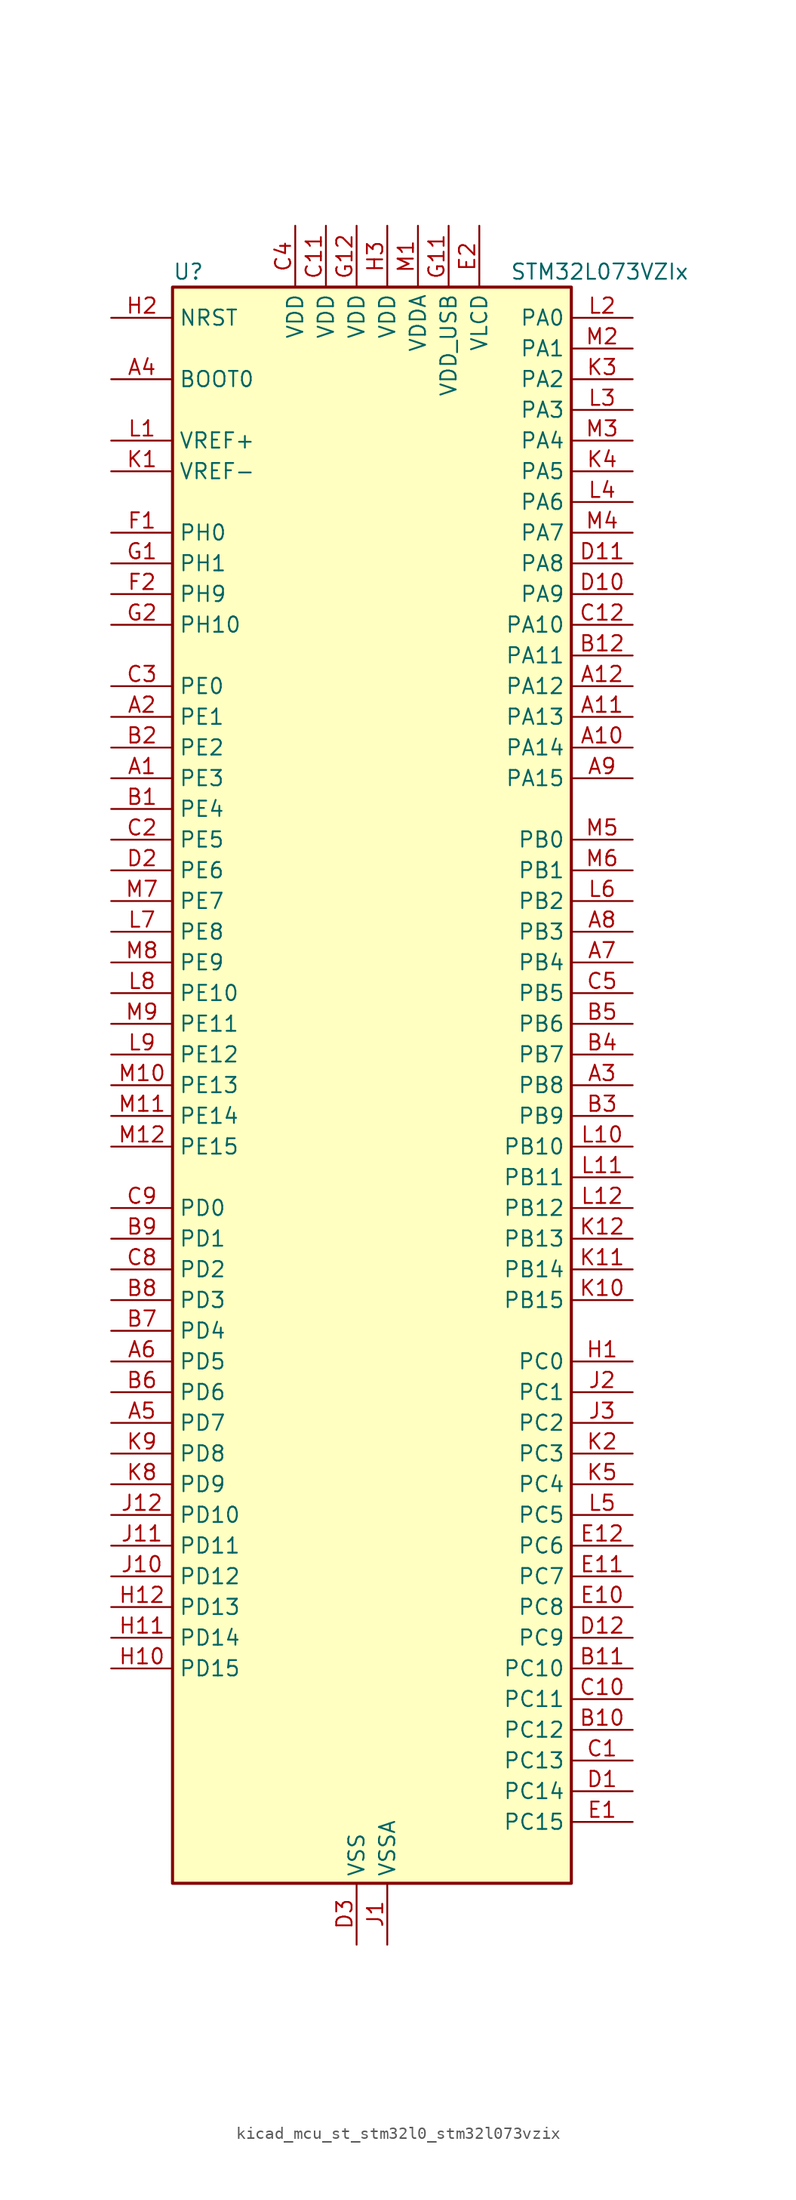
<source format=kicad_sym>
(kicad_symbol_lib
  (version 20220914)
  (generator kicad_symbol_editor)
  (symbol "kicad_mcu_st_stm32l0_stm32l073vzix"
    (property "Reference" "U"
      (at -15.24 67.31 0)
      (effects (font (size 1.27 1.27)) (justify left)))
    (property "Value" "STM32L073VZIx"
      (at 12.7 67.31 0)
      (effects (font (size 1.27 1.27)) (justify left)))
    (property "ki_locked" ""
      (at 0 0 0)
      (effects (font (size 1.27 1.27))))
    (symbol "kicad_mcu_st_stm32l0_stm32l073vzix_0_1"
      (rectangle (start -15.24 -66.04) (end 17.78 66.04) (stroke (width 0.254) (type default)) (fill (type background))))
    (symbol "kicad_mcu_st_stm32l0_stm32l073vzix_1_1"
      (pin bidirectional line (at -20.32 25.4 0) (length 5.08) (name "PE3" (effects (font (size 1.27 1.27)))) (number "A1" (effects (font (size 1.27 1.27)))) (alternate "LCD_SEG39" bidirectional line) (alternate "TIM22_CH1" bidirectional line) (alternate "TIM3_CH1" bidirectional line))
      (pin bidirectional line (at 22.86 27.94 180) (length 5.08) (name "PA14" (effects (font (size 1.27 1.27)))) (number "A10" (effects (font (size 1.27 1.27)))) (alternate "LPUART1_TX" bidirectional line) (alternate "SYS_SWCLK" bidirectional line) (alternate "USART2_TX" bidirectional line))
      (pin bidirectional line (at 22.86 30.48 180) (length 5.08) (name "PA13" (effects (font (size 1.27 1.27)))) (number "A11" (effects (font (size 1.27 1.27)))) (alternate "LPUART1_RX" bidirectional line) (alternate "SYS_SWDIO" bidirectional line) (alternate "USB_NOE" bidirectional line))
      (pin bidirectional line (at 22.86 33.02 180) (length 5.08) (name "PA12" (effects (font (size 1.27 1.27)))) (number "A12" (effects (font (size 1.27 1.27)))) (alternate "COMP2_OUT" bidirectional line) (alternate "SPI1_MOSI" bidirectional line) (alternate "TSC_G4_IO4" bidirectional line) (alternate "USART1_DE" bidirectional line) (alternate "USART1_RTS" bidirectional line) (alternate "USB_DP" bidirectional line))
      (pin bidirectional line (at -20.32 30.48 0) (length 5.08) (name "PE1" (effects (font (size 1.27 1.27)))) (number "A2" (effects (font (size 1.27 1.27)))) (alternate "LCD_SEG37" bidirectional line))
      (pin bidirectional line (at 22.86 0 180) (length 5.08) (name "PB8" (effects (font (size 1.27 1.27)))) (number "A3" (effects (font (size 1.27 1.27)))) (alternate "I2C1_SCL" bidirectional line) (alternate "LCD_SEG16" bidirectional line) (alternate "TSC_SYNC" bidirectional line))
      (pin input line (at -20.32 58.42 0) (length 5.08) (name "BOOT0" (effects (font (size 1.27 1.27)))) (number "A4" (effects (font (size 1.27 1.27)))))
      (pin bidirectional line (at -20.32 -27.94 0) (length 5.08) (name "PD7" (effects (font (size 1.27 1.27)))) (number "A5" (effects (font (size 1.27 1.27)))) (alternate "TIM21_CH2" bidirectional line) (alternate "USART2_CK" bidirectional line))
      (pin bidirectional line (at -20.32 -22.86 0) (length 5.08) (name "PD5" (effects (font (size 1.27 1.27)))) (number "A6" (effects (font (size 1.27 1.27)))) (alternate "USART2_TX" bidirectional line))
      (pin bidirectional line (at 22.86 10.16 180) (length 5.08) (name "PB4" (effects (font (size 1.27 1.27)))) (number "A7" (effects (font (size 1.27 1.27)))) (alternate "COMP2_INP" bidirectional line) (alternate "I2C3_SDA" bidirectional line) (alternate "LCD_SEG8" bidirectional line) (alternate "SPI1_MISO" bidirectional line) (alternate "TIM22_CH1" bidirectional line) (alternate "TIM3_CH1" bidirectional line) (alternate "TSC_G5_IO2" bidirectional line) (alternate "USART1_CTS" bidirectional line) (alternate "USART5_RX" bidirectional line))
      (pin bidirectional line (at 22.86 12.7 180) (length 5.08) (name "PB3" (effects (font (size 1.27 1.27)))) (number "A8" (effects (font (size 1.27 1.27)))) (alternate "COMP2_INM" bidirectional line) (alternate "LCD_SEG7" bidirectional line) (alternate "SPI1_SCK" bidirectional line) (alternate "TIM2_CH2" bidirectional line) (alternate "TSC_G5_IO1" bidirectional line) (alternate "USART1_DE" bidirectional line) (alternate "USART1_RTS" bidirectional line) (alternate "USART5_TX" bidirectional line))
      (pin bidirectional line (at 22.86 25.4 180) (length 5.08) (name "PA15" (effects (font (size 1.27 1.27)))) (number "A9" (effects (font (size 1.27 1.27)))) (alternate "LCD_SEG17" bidirectional line) (alternate "SPI1_NSS" bidirectional line) (alternate "TIM2_CH1" bidirectional line) (alternate "TIM2_ETR" bidirectional line) (alternate "USART2_RX" bidirectional line) (alternate "USART4_DE" bidirectional line) (alternate "USART4_RTS" bidirectional line))
      (pin bidirectional line (at -20.32 22.86 0) (length 5.08) (name "PE4" (effects (font (size 1.27 1.27)))) (number "B1" (effects (font (size 1.27 1.27)))) (alternate "TIM22_CH2" bidirectional line) (alternate "TIM3_CH2" bidirectional line))
      (pin bidirectional line (at 22.86 -53.34 180) (length 5.08) (name "PC12" (effects (font (size 1.27 1.27)))) (number "B10" (effects (font (size 1.27 1.27)))) (alternate "LCD_COM6" bidirectional line) (alternate "LCD_SEG30" bidirectional line) (alternate "LCD_SEG50" bidirectional line) (alternate "USART4_CK" bidirectional line) (alternate "USART5_TX" bidirectional line))
      (pin bidirectional line (at 22.86 -48.26 180) (length 5.08) (name "PC10" (effects (font (size 1.27 1.27)))) (number "B11" (effects (font (size 1.27 1.27)))) (alternate "LCD_COM4" bidirectional line) (alternate "LCD_SEG28" bidirectional line) (alternate "LCD_SEG48" bidirectional line) (alternate "LPUART1_TX" bidirectional line) (alternate "USART4_TX" bidirectional line))
      (pin bidirectional line (at 22.86 35.56 180) (length 5.08) (name "PA11" (effects (font (size 1.27 1.27)))) (number "B12" (effects (font (size 1.27 1.27)))) (alternate "ADC_EXTI11" bidirectional line) (alternate "COMP1_OUT" bidirectional line) (alternate "SPI1_MISO" bidirectional line) (alternate "TSC_G4_IO3" bidirectional line) (alternate "USART1_CTS" bidirectional line) (alternate "USB_DM" bidirectional line))
      (pin bidirectional line (at -20.32 27.94 0) (length 5.08) (name "PE2" (effects (font (size 1.27 1.27)))) (number "B2" (effects (font (size 1.27 1.27)))) (alternate "LCD_SEG38" bidirectional line) (alternate "TIM3_ETR" bidirectional line))
      (pin bidirectional line (at 22.86 -2.54 180) (length 5.08) (name "PB9" (effects (font (size 1.27 1.27)))) (number "B3" (effects (font (size 1.27 1.27)))) (alternate "DAC_EXTI9" bidirectional line) (alternate "I2C1_SDA" bidirectional line) (alternate "I2S2_WS" bidirectional line) (alternate "LCD_COM3" bidirectional line) (alternate "SPI2_NSS" bidirectional line))
      (pin bidirectional line (at 22.86 2.54 180) (length 5.08) (name "PB7" (effects (font (size 1.27 1.27)))) (number "B4" (effects (font (size 1.27 1.27)))) (alternate "COMP2_INP" bidirectional line) (alternate "I2C1_SDA" bidirectional line) (alternate "LPTIM1_IN2" bidirectional line) (alternate "SYS_PVD_IN" bidirectional line) (alternate "TSC_G5_IO4" bidirectional line) (alternate "USART1_RX" bidirectional line) (alternate "USART4_CTS" bidirectional line))
      (pin bidirectional line (at 22.86 5.08 180) (length 5.08) (name "PB6" (effects (font (size 1.27 1.27)))) (number "B5" (effects (font (size 1.27 1.27)))) (alternate "COMP2_INP" bidirectional line) (alternate "I2C1_SCL" bidirectional line) (alternate "LPTIM1_ETR" bidirectional line) (alternate "TSC_G5_IO3" bidirectional line) (alternate "USART1_TX" bidirectional line))
      (pin bidirectional line (at -20.32 -25.4 0) (length 5.08) (name "PD6" (effects (font (size 1.27 1.27)))) (number "B6" (effects (font (size 1.27 1.27)))) (alternate "USART2_RX" bidirectional line))
      (pin bidirectional line (at -20.32 -20.32 0) (length 5.08) (name "PD4" (effects (font (size 1.27 1.27)))) (number "B7" (effects (font (size 1.27 1.27)))) (alternate "I2S2_SD" bidirectional line) (alternate "SPI2_MOSI" bidirectional line) (alternate "USART2_DE" bidirectional line) (alternate "USART2_RTS" bidirectional line))
      (pin bidirectional line (at -20.32 -17.78 0) (length 5.08) (name "PD3" (effects (font (size 1.27 1.27)))) (number "B8" (effects (font (size 1.27 1.27)))) (alternate "I2S2_MCK" bidirectional line) (alternate "LCD_SEG44" bidirectional line) (alternate "SPI2_MISO" bidirectional line) (alternate "USART2_CTS" bidirectional line))
      (pin bidirectional line (at -20.32 -12.7 0) (length 5.08) (name "PD1" (effects (font (size 1.27 1.27)))) (number "B9" (effects (font (size 1.27 1.27)))) (alternate "I2S2_CK" bidirectional line) (alternate "SPI2_SCK" bidirectional line))
      (pin bidirectional line (at 22.86 -55.88 180) (length 5.08) (name "PC13" (effects (font (size 1.27 1.27)))) (number "C1" (effects (font (size 1.27 1.27)))) (alternate "RTC_OUT_ALARM" bidirectional line) (alternate "RTC_OUT_CALIB" bidirectional line) (alternate "RTC_TAMP1" bidirectional line) (alternate "RTC_TS" bidirectional line) (alternate "SYS_WKUP2" bidirectional line))
      (pin bidirectional line (at 22.86 -50.8 180) (length 5.08) (name "PC11" (effects (font (size 1.27 1.27)))) (number "C10" (effects (font (size 1.27 1.27)))) (alternate "ADC_EXTI11" bidirectional line) (alternate "LCD_COM5" bidirectional line) (alternate "LCD_SEG29" bidirectional line) (alternate "LCD_SEG49" bidirectional line) (alternate "LPUART1_RX" bidirectional line) (alternate "USART4_RX" bidirectional line))
      (pin power_in line (at -2.54 71.12 270) (length 5.08) (name "VDD" (effects (font (size 1.27 1.27)))) (number "C11" (effects (font (size 1.27 1.27)))))
      (pin bidirectional line (at 22.86 38.1 180) (length 5.08) (name "PA10" (effects (font (size 1.27 1.27)))) (number "C12" (effects (font (size 1.27 1.27)))) (alternate "I2C1_SDA" bidirectional line) (alternate "LCD_COM2" bidirectional line) (alternate "TSC_G4_IO2" bidirectional line) (alternate "USART1_RX" bidirectional line))
      (pin bidirectional line (at -20.32 20.32 0) (length 5.08) (name "PE5" (effects (font (size 1.27 1.27)))) (number "C2" (effects (font (size 1.27 1.27)))) (alternate "TIM21_CH1" bidirectional line) (alternate "TIM3_CH3" bidirectional line))
      (pin bidirectional line (at -20.32 33.02 0) (length 5.08) (name "PE0" (effects (font (size 1.27 1.27)))) (number "C3" (effects (font (size 1.27 1.27)))) (alternate "LCD_SEG36" bidirectional line))
      (pin power_in line (at -5.08 71.12 270) (length 5.08) (name "VDD" (effects (font (size 1.27 1.27)))) (number "C4" (effects (font (size 1.27 1.27)))))
      (pin bidirectional line (at 22.86 7.62 180) (length 5.08) (name "PB5" (effects (font (size 1.27 1.27)))) (number "C5" (effects (font (size 1.27 1.27)))) (alternate "COMP2_INP" bidirectional line) (alternate "I2C1_SMBA" bidirectional line) (alternate "LCD_SEG9" bidirectional line) (alternate "LPTIM1_IN1" bidirectional line) (alternate "SPI1_MOSI" bidirectional line) (alternate "TIM22_CH2" bidirectional line) (alternate "TIM3_CH2" bidirectional line) (alternate "USART1_CK" bidirectional line) (alternate "USART5_CK" bidirectional line) (alternate "USART5_DE" bidirectional line) (alternate "USART5_RTS" bidirectional line))
      (pin bidirectional line (at -20.32 -15.24 0) (length 5.08) (name "PD2" (effects (font (size 1.27 1.27)))) (number "C8" (effects (font (size 1.27 1.27)))) (alternate "LCD_COM7" bidirectional line) (alternate "LCD_SEG31" bidirectional line) (alternate "LCD_SEG51" bidirectional line) (alternate "LPUART1_DE" bidirectional line) (alternate "LPUART1_RTS" bidirectional line) (alternate "TIM3_ETR" bidirectional line) (alternate "USART5_RX" bidirectional line))
      (pin bidirectional line (at -20.32 -10.16 0) (length 5.08) (name "PD0" (effects (font (size 1.27 1.27)))) (number "C9" (effects (font (size 1.27 1.27)))) (alternate "I2S2_WS" bidirectional line) (alternate "SPI2_NSS" bidirectional line) (alternate "TIM21_CH1" bidirectional line))
      (pin bidirectional line (at 22.86 -58.42 180) (length 5.08) (name "PC14" (effects (font (size 1.27 1.27)))) (number "D1" (effects (font (size 1.27 1.27)))) (alternate "RCC_OSC32_IN" bidirectional line))
      (pin bidirectional line (at 22.86 40.64 180) (length 5.08) (name "PA9" (effects (font (size 1.27 1.27)))) (number "D10" (effects (font (size 1.27 1.27)))) (alternate "DAC_EXTI9" bidirectional line) (alternate "I2C1_SCL" bidirectional line) (alternate "I2C3_SMBA" bidirectional line) (alternate "LCD_COM1" bidirectional line) (alternate "RCC_MCO" bidirectional line) (alternate "TSC_G4_IO1" bidirectional line) (alternate "USART1_TX" bidirectional line))
      (pin bidirectional line (at 22.86 43.18 180) (length 5.08) (name "PA8" (effects (font (size 1.27 1.27)))) (number "D11" (effects (font (size 1.27 1.27)))) (alternate "CRS_SYNC" bidirectional line) (alternate "I2C3_SCL" bidirectional line) (alternate "LCD_COM0" bidirectional line) (alternate "RCC_MCO" bidirectional line) (alternate "USART1_CK" bidirectional line))
      (pin bidirectional line (at 22.86 -45.72 180) (length 5.08) (name "PC9" (effects (font (size 1.27 1.27)))) (number "D12" (effects (font (size 1.27 1.27)))) (alternate "DAC_EXTI9" bidirectional line) (alternate "I2C3_SDA" bidirectional line) (alternate "LCD_SEG27" bidirectional line) (alternate "TIM21_ETR" bidirectional line) (alternate "TIM3_CH4" bidirectional line) (alternate "TSC_G8_IO4" bidirectional line) (alternate "USB_NOE" bidirectional line))
      (pin bidirectional line (at -20.32 17.78 0) (length 5.08) (name "PE6" (effects (font (size 1.27 1.27)))) (number "D2" (effects (font (size 1.27 1.27)))) (alternate "RTC_TAMP3" bidirectional line) (alternate "SYS_WKUP3" bidirectional line) (alternate "TIM21_CH2" bidirectional line) (alternate "TIM3_CH4" bidirectional line))
      (pin power_in line (at 0 -71.12 90) (length 5.08) (name "VSS" (effects (font (size 1.27 1.27)))) (number "D3" (effects (font (size 1.27 1.27)))))
      (pin bidirectional line (at 22.86 -60.96 180) (length 5.08) (name "PC15" (effects (font (size 1.27 1.27)))) (number "E1" (effects (font (size 1.27 1.27)))) (alternate "RCC_OSC32_OUT" bidirectional line))
      (pin bidirectional line (at 22.86 -43.18 180) (length 5.08) (name "PC8" (effects (font (size 1.27 1.27)))) (number "E10" (effects (font (size 1.27 1.27)))) (alternate "LCD_SEG26" bidirectional line) (alternate "TIM22_ETR" bidirectional line) (alternate "TIM3_CH3" bidirectional line) (alternate "TSC_G8_IO3" bidirectional line))
      (pin bidirectional line (at 22.86 -40.64 180) (length 5.08) (name "PC7" (effects (font (size 1.27 1.27)))) (number "E11" (effects (font (size 1.27 1.27)))) (alternate "LCD_SEG25" bidirectional line) (alternate "TIM22_CH2" bidirectional line) (alternate "TIM3_CH2" bidirectional line) (alternate "TSC_G8_IO2" bidirectional line))
      (pin bidirectional line (at 22.86 -38.1 180) (length 5.08) (name "PC6" (effects (font (size 1.27 1.27)))) (number "E12" (effects (font (size 1.27 1.27)))) (alternate "LCD_SEG24" bidirectional line) (alternate "TIM22_CH1" bidirectional line) (alternate "TIM3_CH1" bidirectional line) (alternate "TSC_G8_IO1" bidirectional line))
      (pin power_in line (at 10.16 71.12 270) (length 5.08) (name "VLCD" (effects (font (size 1.27 1.27)))) (number "E2" (effects (font (size 1.27 1.27)))))
      (pin passive line (at 0 -71.12 90) (length 5.08) hide (name "VSS" (effects (font (size 1.27 1.27)))) (number "E3" (effects (font (size 1.27 1.27)))))
      (pin bidirectional line (at -20.32 45.72 0) (length 5.08) (name "PH0" (effects (font (size 1.27 1.27)))) (number "F1" (effects (font (size 1.27 1.27)))) (alternate "CRS_SYNC" bidirectional line) (alternate "RCC_OSC_IN" bidirectional line))
      (pin passive line (at 0 -71.12 90) (length 5.08) hide (name "VSS" (effects (font (size 1.27 1.27)))) (number "F11" (effects (font (size 1.27 1.27)))))
      (pin passive line (at 0 -71.12 90) (length 5.08) hide (name "VSS" (effects (font (size 1.27 1.27)))) (number "F12" (effects (font (size 1.27 1.27)))))
      (pin bidirectional line (at -20.32 40.64 0) (length 5.08) (name "PH9" (effects (font (size 1.27 1.27)))) (number "F2" (effects (font (size 1.27 1.27)))) (alternate "DAC_EXTI9" bidirectional line))
      (pin bidirectional line (at -20.32 43.18 0) (length 5.08) (name "PH1" (effects (font (size 1.27 1.27)))) (number "G1" (effects (font (size 1.27 1.27)))) (alternate "RCC_OSC_OUT" bidirectional line))
      (pin power_in line (at 7.62 71.12 270) (length 5.08) (name "VDD_USB" (effects (font (size 1.27 1.27)))) (number "G11" (effects (font (size 1.27 1.27)))))
      (pin power_in line (at 0 71.12 270) (length 5.08) (name "VDD" (effects (font (size 1.27 1.27)))) (number "G12" (effects (font (size 1.27 1.27)))))
      (pin bidirectional line (at -20.32 38.1 0) (length 5.08) (name "PH10" (effects (font (size 1.27 1.27)))) (number "G2" (effects (font (size 1.27 1.27)))))
      (pin bidirectional line (at 22.86 -22.86 180) (length 5.08) (name "PC0" (effects (font (size 1.27 1.27)))) (number "H1" (effects (font (size 1.27 1.27)))) (alternate "ADC_IN10" bidirectional line) (alternate "I2C3_SCL" bidirectional line) (alternate "LCD_SEG18" bidirectional line) (alternate "LPTIM1_IN1" bidirectional line) (alternate "LPUART1_RX" bidirectional line) (alternate "TSC_G7_IO1" bidirectional line))
      (pin bidirectional line (at -20.32 -48.26 0) (length 5.08) (name "PD15" (effects (font (size 1.27 1.27)))) (number "H10" (effects (font (size 1.27 1.27)))) (alternate "CRS_SYNC" bidirectional line) (alternate "LCD_SEG35" bidirectional line))
      (pin bidirectional line (at -20.32 -45.72 0) (length 5.08) (name "PD14" (effects (font (size 1.27 1.27)))) (number "H11" (effects (font (size 1.27 1.27)))) (alternate "LCD_SEG34" bidirectional line))
      (pin bidirectional line (at -20.32 -43.18 0) (length 5.08) (name "PD13" (effects (font (size 1.27 1.27)))) (number "H12" (effects (font (size 1.27 1.27)))) (alternate "LCD_SEG33" bidirectional line))
      (pin input line (at -20.32 63.5 0) (length 5.08) (name "NRST" (effects (font (size 1.27 1.27)))) (number "H2" (effects (font (size 1.27 1.27)))))
      (pin power_in line (at 2.54 71.12 270) (length 5.08) (name "VDD" (effects (font (size 1.27 1.27)))) (number "H3" (effects (font (size 1.27 1.27)))))
      (pin power_in line (at 2.54 -71.12 90) (length 5.08) (name "VSSA" (effects (font (size 1.27 1.27)))) (number "J1" (effects (font (size 1.27 1.27)))))
      (pin bidirectional line (at -20.32 -40.64 0) (length 5.08) (name "PD12" (effects (font (size 1.27 1.27)))) (number "J10" (effects (font (size 1.27 1.27)))) (alternate "LCD_SEG32" bidirectional line) (alternate "LPUART1_DE" bidirectional line) (alternate "LPUART1_RTS" bidirectional line))
      (pin bidirectional line (at -20.32 -38.1 0) (length 5.08) (name "PD11" (effects (font (size 1.27 1.27)))) (number "J11" (effects (font (size 1.27 1.27)))) (alternate "ADC_EXTI11" bidirectional line) (alternate "LCD_SEG31" bidirectional line) (alternate "LPUART1_CTS" bidirectional line))
      (pin bidirectional line (at -20.32 -35.56 0) (length 5.08) (name "PD10" (effects (font (size 1.27 1.27)))) (number "J12" (effects (font (size 1.27 1.27)))) (alternate "LCD_SEG30" bidirectional line))
      (pin bidirectional line (at 22.86 -25.4 180) (length 5.08) (name "PC1" (effects (font (size 1.27 1.27)))) (number "J2" (effects (font (size 1.27 1.27)))) (alternate "ADC_IN11" bidirectional line) (alternate "I2C3_SDA" bidirectional line) (alternate "LCD_SEG19" bidirectional line) (alternate "LPTIM1_OUT" bidirectional line) (alternate "LPUART1_TX" bidirectional line) (alternate "TSC_G7_IO2" bidirectional line))
      (pin bidirectional line (at 22.86 -27.94 180) (length 5.08) (name "PC2" (effects (font (size 1.27 1.27)))) (number "J3" (effects (font (size 1.27 1.27)))) (alternate "ADC_IN12" bidirectional line) (alternate "I2S2_MCK" bidirectional line) (alternate "LCD_SEG20" bidirectional line) (alternate "LPTIM1_IN2" bidirectional line) (alternate "SPI2_MISO" bidirectional line) (alternate "TSC_G7_IO3" bidirectional line))
      (pin input line (at -20.32 50.8 0) (length 5.08) (name "VREF-" (effects (font (size 1.27 1.27)))) (number "K1" (effects (font (size 1.27 1.27)))))
      (pin bidirectional line (at 22.86 -17.78 180) (length 5.08) (name "PB15" (effects (font (size 1.27 1.27)))) (number "K10" (effects (font (size 1.27 1.27)))) (alternate "I2S2_SD" bidirectional line) (alternate "LCD_SEG15" bidirectional line) (alternate "RTC_REFIN" bidirectional line) (alternate "SPI2_MOSI" bidirectional line))
      (pin bidirectional line (at 22.86 -15.24 180) (length 5.08) (name "PB14" (effects (font (size 1.27 1.27)))) (number "K11" (effects (font (size 1.27 1.27)))) (alternate "I2C2_SDA" bidirectional line) (alternate "I2S2_MCK" bidirectional line) (alternate "LCD_SEG14" bidirectional line) (alternate "LPUART1_DE" bidirectional line) (alternate "LPUART1_RTS" bidirectional line) (alternate "RTC_OUT_ALARM" bidirectional line) (alternate "RTC_OUT_CALIB" bidirectional line) (alternate "SPI2_MISO" bidirectional line) (alternate "TIM21_CH2" bidirectional line) (alternate "TSC_G6_IO4" bidirectional line))
      (pin bidirectional line (at 22.86 -12.7 180) (length 5.08) (name "PB13" (effects (font (size 1.27 1.27)))) (number "K12" (effects (font (size 1.27 1.27)))) (alternate "I2C2_SCL" bidirectional line) (alternate "I2S2_CK" bidirectional line) (alternate "LCD_SEG13" bidirectional line) (alternate "LPUART1_CTS" bidirectional line) (alternate "RCC_MCO" bidirectional line) (alternate "SPI2_SCK" bidirectional line) (alternate "TIM21_CH1" bidirectional line) (alternate "TSC_G6_IO3" bidirectional line))
      (pin bidirectional line (at 22.86 -30.48 180) (length 5.08) (name "PC3" (effects (font (size 1.27 1.27)))) (number "K2" (effects (font (size 1.27 1.27)))) (alternate "ADC_IN13" bidirectional line) (alternate "I2S2_SD" bidirectional line) (alternate "LCD_SEG21" bidirectional line) (alternate "LPTIM1_ETR" bidirectional line) (alternate "SPI2_MOSI" bidirectional line) (alternate "TSC_G7_IO4" bidirectional line))
      (pin bidirectional line (at 22.86 58.42 180) (length 5.08) (name "PA2" (effects (font (size 1.27 1.27)))) (number "K3" (effects (font (size 1.27 1.27)))) (alternate "ADC_IN2" bidirectional line) (alternate "COMP2_INM" bidirectional line) (alternate "COMP2_OUT" bidirectional line) (alternate "LCD_SEG1" bidirectional line) (alternate "LPUART1_TX" bidirectional line) (alternate "TIM21_CH1" bidirectional line) (alternate "TIM2_CH3" bidirectional line) (alternate "TSC_G1_IO3" bidirectional line) (alternate "USART2_TX" bidirectional line))
      (pin bidirectional line (at 22.86 50.8 180) (length 5.08) (name "PA5" (effects (font (size 1.27 1.27)))) (number "K4" (effects (font (size 1.27 1.27)))) (alternate "ADC_IN5" bidirectional line) (alternate "COMP1_INM" bidirectional line) (alternate "COMP2_INM" bidirectional line) (alternate "DAC_OUT2" bidirectional line) (alternate "SPI1_SCK" bidirectional line) (alternate "TIM2_CH1" bidirectional line) (alternate "TIM2_ETR" bidirectional line) (alternate "TSC_G2_IO2" bidirectional line))
      (pin bidirectional line (at 22.86 -33.02 180) (length 5.08) (name "PC4" (effects (font (size 1.27 1.27)))) (number "K5" (effects (font (size 1.27 1.27)))) (alternate "ADC_IN14" bidirectional line) (alternate "LCD_SEG22" bidirectional line) (alternate "LPUART1_TX" bidirectional line))
      (pin bidirectional line (at -20.32 -33.02 0) (length 5.08) (name "PD9" (effects (font (size 1.27 1.27)))) (number "K8" (effects (font (size 1.27 1.27)))) (alternate "DAC_EXTI9" bidirectional line) (alternate "LCD_SEG29" bidirectional line) (alternate "LPUART1_RX" bidirectional line))
      (pin bidirectional line (at -20.32 -30.48 0) (length 5.08) (name "PD8" (effects (font (size 1.27 1.27)))) (number "K9" (effects (font (size 1.27 1.27)))) (alternate "LCD_SEG28" bidirectional line) (alternate "LPUART1_TX" bidirectional line))
      (pin input line (at -20.32 53.34 0) (length 5.08) (name "VREF+" (effects (font (size 1.27 1.27)))) (number "L1" (effects (font (size 1.27 1.27)))))
      (pin bidirectional line (at 22.86 -5.08 180) (length 5.08) (name "PB10" (effects (font (size 1.27 1.27)))) (number "L10" (effects (font (size 1.27 1.27)))) (alternate "I2C2_SCL" bidirectional line) (alternate "LCD_SEG10" bidirectional line) (alternate "LPUART1_RX" bidirectional line) (alternate "LPUART1_TX" bidirectional line) (alternate "SPI2_SCK" bidirectional line) (alternate "TIM2_CH3" bidirectional line) (alternate "TSC_SYNC" bidirectional line))
      (pin bidirectional line (at 22.86 -7.62 180) (length 5.08) (name "PB11" (effects (font (size 1.27 1.27)))) (number "L11" (effects (font (size 1.27 1.27)))) (alternate "ADC_EXTI11" bidirectional line) (alternate "I2C2_SDA" bidirectional line) (alternate "LCD_SEG11" bidirectional line) (alternate "LPUART1_RX" bidirectional line) (alternate "LPUART1_TX" bidirectional line) (alternate "TIM2_CH4" bidirectional line) (alternate "TSC_G6_IO1" bidirectional line))
      (pin bidirectional line (at 22.86 -10.16 180) (length 5.08) (name "PB12" (effects (font (size 1.27 1.27)))) (number "L12" (effects (font (size 1.27 1.27)))) (alternate "I2S2_WS" bidirectional line) (alternate "LCD_SEG12" bidirectional line) (alternate "LCD_VLCD2" bidirectional line) (alternate "LPUART1_DE" bidirectional line) (alternate "LPUART1_RTS" bidirectional line) (alternate "SPI2_NSS" bidirectional line) (alternate "TSC_G6_IO2" bidirectional line))
      (pin bidirectional line (at 22.86 63.5 180) (length 5.08) (name "PA0" (effects (font (size 1.27 1.27)))) (number "L2" (effects (font (size 1.27 1.27)))) (alternate "ADC_IN0" bidirectional line) (alternate "COMP1_INM" bidirectional line) (alternate "COMP1_OUT" bidirectional line) (alternate "RTC_TAMP2" bidirectional line) (alternate "SYS_WKUP1" bidirectional line) (alternate "TIM2_CH1" bidirectional line) (alternate "TIM2_ETR" bidirectional line) (alternate "TSC_G1_IO1" bidirectional line) (alternate "USART2_CTS" bidirectional line) (alternate "USART4_TX" bidirectional line))
      (pin bidirectional line (at 22.86 55.88 180) (length 5.08) (name "PA3" (effects (font (size 1.27 1.27)))) (number "L3" (effects (font (size 1.27 1.27)))) (alternate "ADC_IN3" bidirectional line) (alternate "COMP2_INP" bidirectional line) (alternate "LCD_SEG2" bidirectional line) (alternate "LPUART1_RX" bidirectional line) (alternate "TIM21_CH2" bidirectional line) (alternate "TIM2_CH4" bidirectional line) (alternate "TSC_G1_IO4" bidirectional line) (alternate "USART2_RX" bidirectional line))
      (pin bidirectional line (at 22.86 48.26 180) (length 5.08) (name "PA6" (effects (font (size 1.27 1.27)))) (number "L4" (effects (font (size 1.27 1.27)))) (alternate "ADC_IN6" bidirectional line) (alternate "COMP1_OUT" bidirectional line) (alternate "LCD_SEG3" bidirectional line) (alternate "LPUART1_CTS" bidirectional line) (alternate "SPI1_MISO" bidirectional line) (alternate "TIM22_CH1" bidirectional line) (alternate "TIM3_CH1" bidirectional line) (alternate "TSC_G2_IO3" bidirectional line))
      (pin bidirectional line (at 22.86 -35.56 180) (length 5.08) (name "PC5" (effects (font (size 1.27 1.27)))) (number "L5" (effects (font (size 1.27 1.27)))) (alternate "ADC_IN15" bidirectional line) (alternate "LCD_SEG23" bidirectional line) (alternate "LPUART1_RX" bidirectional line) (alternate "TSC_G3_IO1" bidirectional line))
      (pin bidirectional line (at 22.86 15.24 180) (length 5.08) (name "PB2" (effects (font (size 1.27 1.27)))) (number "L6" (effects (font (size 1.27 1.27)))) (alternate "I2C3_SMBA" bidirectional line) (alternate "LCD_VLCD2" bidirectional line) (alternate "LPTIM1_OUT" bidirectional line) (alternate "TSC_G3_IO4" bidirectional line))
      (pin bidirectional line (at -20.32 12.7 0) (length 5.08) (name "PE8" (effects (font (size 1.27 1.27)))) (number "L7" (effects (font (size 1.27 1.27)))) (alternate "LCD_SEG46" bidirectional line) (alternate "USART4_TX" bidirectional line))
      (pin bidirectional line (at -20.32 7.62 0) (length 5.08) (name "PE10" (effects (font (size 1.27 1.27)))) (number "L8" (effects (font (size 1.27 1.27)))) (alternate "LCD_SEG40" bidirectional line) (alternate "TIM2_CH2" bidirectional line) (alternate "USART5_TX" bidirectional line))
      (pin bidirectional line (at -20.32 2.54 0) (length 5.08) (name "PE12" (effects (font (size 1.27 1.27)))) (number "L9" (effects (font (size 1.27 1.27)))) (alternate "LCD_VLCD3" bidirectional line) (alternate "SPI1_NSS" bidirectional line) (alternate "TIM2_CH4" bidirectional line))
      (pin power_in line (at 5.08 71.12 270) (length 5.08) (name "VDDA" (effects (font (size 1.27 1.27)))) (number "M1" (effects (font (size 1.27 1.27)))))
      (pin bidirectional line (at -20.32 0 0) (length 5.08) (name "PE13" (effects (font (size 1.27 1.27)))) (number "M10" (effects (font (size 1.27 1.27)))) (alternate "LCD_SEG41" bidirectional line) (alternate "SPI1_SCK" bidirectional line))
      (pin bidirectional line (at -20.32 -2.54 0) (length 5.08) (name "PE14" (effects (font (size 1.27 1.27)))) (number "M11" (effects (font (size 1.27 1.27)))) (alternate "LCD_SEG42" bidirectional line) (alternate "SPI1_MISO" bidirectional line))
      (pin bidirectional line (at -20.32 -5.08 0) (length 5.08) (name "PE15" (effects (font (size 1.27 1.27)))) (number "M12" (effects (font (size 1.27 1.27)))) (alternate "LCD_SEG43" bidirectional line) (alternate "SPI1_MOSI" bidirectional line))
      (pin bidirectional line (at 22.86 60.96 180) (length 5.08) (name "PA1" (effects (font (size 1.27 1.27)))) (number "M2" (effects (font (size 1.27 1.27)))) (alternate "ADC_IN1" bidirectional line) (alternate "COMP1_INP" bidirectional line) (alternate "LCD_SEG0" bidirectional line) (alternate "TIM21_ETR" bidirectional line) (alternate "TIM2_CH2" bidirectional line) (alternate "TSC_G1_IO2" bidirectional line) (alternate "USART2_DE" bidirectional line) (alternate "USART2_RTS" bidirectional line) (alternate "USART4_RX" bidirectional line))
      (pin bidirectional line (at 22.86 53.34 180) (length 5.08) (name "PA4" (effects (font (size 1.27 1.27)))) (number "M3" (effects (font (size 1.27 1.27)))) (alternate "ADC_IN4" bidirectional line) (alternate "COMP1_INM" bidirectional line) (alternate "COMP2_INM" bidirectional line) (alternate "DAC_OUT1" bidirectional line) (alternate "SPI1_NSS" bidirectional line) (alternate "TIM22_ETR" bidirectional line) (alternate "TSC_G2_IO1" bidirectional line) (alternate "USART2_CK" bidirectional line))
      (pin bidirectional line (at 22.86 45.72 180) (length 5.08) (name "PA7" (effects (font (size 1.27 1.27)))) (number "M4" (effects (font (size 1.27 1.27)))) (alternate "ADC_IN7" bidirectional line) (alternate "COMP2_OUT" bidirectional line) (alternate "LCD_SEG4" bidirectional line) (alternate "SPI1_MOSI" bidirectional line) (alternate "TIM22_CH2" bidirectional line) (alternate "TIM3_CH2" bidirectional line) (alternate "TSC_G2_IO4" bidirectional line))
      (pin bidirectional line (at 22.86 20.32 180) (length 5.08) (name "PB0" (effects (font (size 1.27 1.27)))) (number "M5" (effects (font (size 1.27 1.27)))) (alternate "ADC_IN8" bidirectional line) (alternate "LCD_SEG5" bidirectional line) (alternate "LCD_VLCD3" bidirectional line) (alternate "SYS_VREF_OUT_PB0" bidirectional line) (alternate "TIM3_CH3" bidirectional line) (alternate "TSC_G3_IO2" bidirectional line))
      (pin bidirectional line (at 22.86 17.78 180) (length 5.08) (name "PB1" (effects (font (size 1.27 1.27)))) (number "M6" (effects (font (size 1.27 1.27)))) (alternate "ADC_IN9" bidirectional line) (alternate "LCD_SEG6" bidirectional line) (alternate "LPUART1_DE" bidirectional line) (alternate "LPUART1_RTS" bidirectional line) (alternate "SYS_VREF_OUT_PB1" bidirectional line) (alternate "TIM3_CH4" bidirectional line) (alternate "TSC_G3_IO3" bidirectional line))
      (pin bidirectional line (at -20.32 15.24 0) (length 5.08) (name "PE7" (effects (font (size 1.27 1.27)))) (number "M7" (effects (font (size 1.27 1.27)))) (alternate "LCD_SEG45" bidirectional line) (alternate "USART5_CK" bidirectional line) (alternate "USART5_DE" bidirectional line) (alternate "USART5_RTS" bidirectional line))
      (pin bidirectional line (at -20.32 10.16 0) (length 5.08) (name "PE9" (effects (font (size 1.27 1.27)))) (number "M8" (effects (font (size 1.27 1.27)))) (alternate "DAC_EXTI9" bidirectional line) (alternate "LCD_SEG47" bidirectional line) (alternate "TIM2_CH1" bidirectional line) (alternate "TIM2_ETR" bidirectional line) (alternate "USART4_RX" bidirectional line))
      (pin bidirectional line (at -20.32 5.08 0) (length 5.08) (name "PE11" (effects (font (size 1.27 1.27)))) (number "M9" (effects (font (size 1.27 1.27)))) (alternate "ADC_EXTI11" bidirectional line) (alternate "LCD_VLCD1" bidirectional line) (alternate "TIM2_CH3" bidirectional line) (alternate "USART5_RX" bidirectional line)))))
</source>
